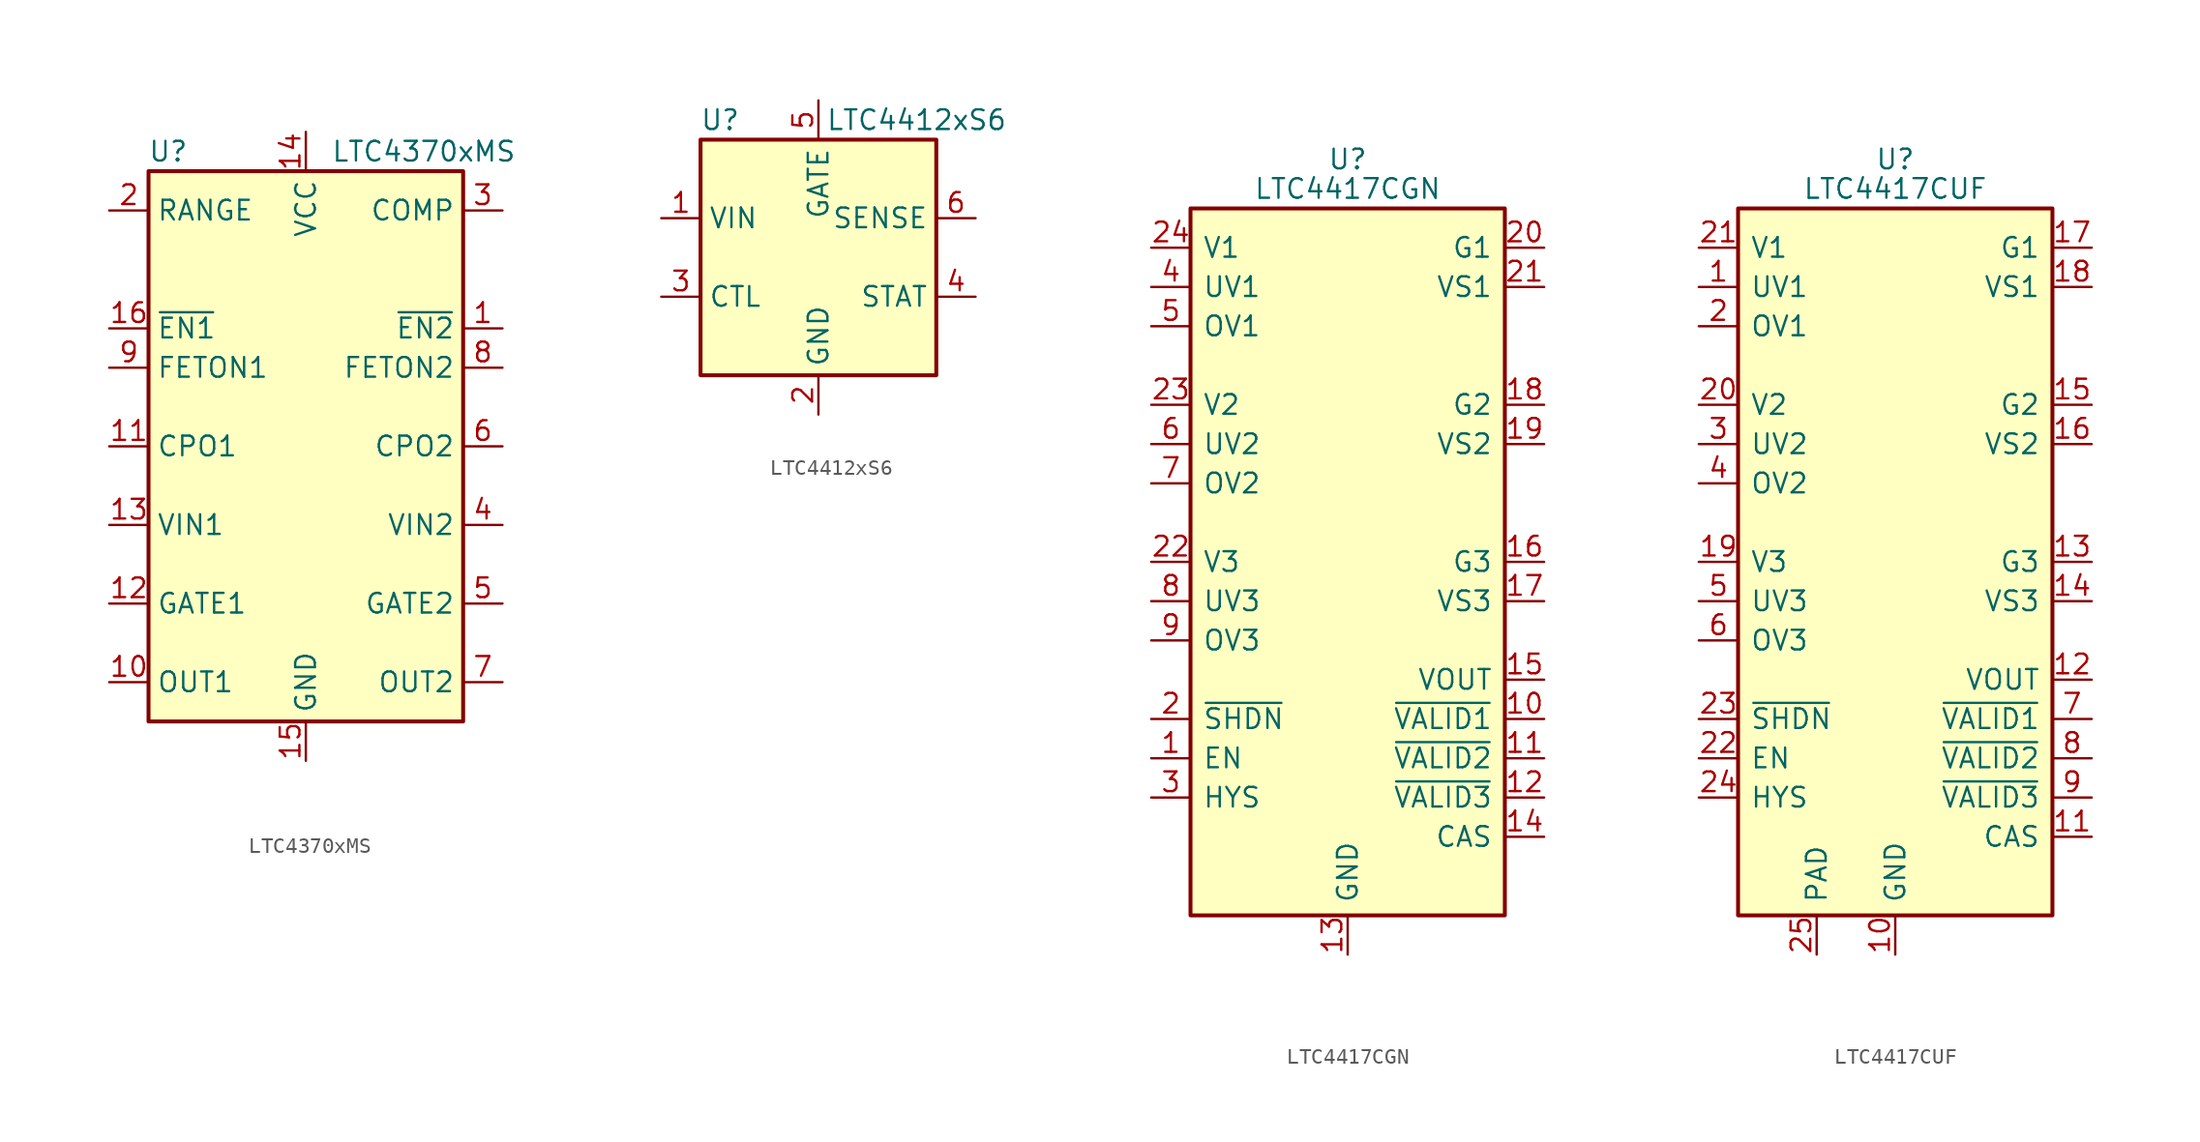
<source format=kicad_sym>
(kicad_symbol_lib
  (version 20231120)
  (generator "kicad_symbol_editor")
  (generator_version "8.0")
  (symbol "LTC4370xMS"
    (property "Reference" "U"
      (at -8.89 19.05 0)
      (effects (font (size 1.27 1.27))))
    (property "Value" "LTC4370xMS"
      (at 7.62 19.05 0)
      (effects (font (size 1.27 1.27))))
    (symbol "LTC4370xMS_1_1"
      (rectangle (start -10.16 17.78) (end 10.16 -17.78) (stroke (width 0.254) (type default)) (fill (type background)))
      (pin input line (at 12.7 7.62 180) (length 2.54) (name "~{EN2}" (effects (font (size 1.27 1.27)))) (number "1" (effects (font (size 1.27 1.27)))))
      (pin input line (at -12.7 -15.24 0) (length 2.54) (name "OUT1" (effects (font (size 1.27 1.27)))) (number "10" (effects (font (size 1.27 1.27)))))
      (pin passive line (at -12.7 0 0) (length 2.54) (name "CPO1" (effects (font (size 1.27 1.27)))) (number "11" (effects (font (size 1.27 1.27)))))
      (pin output line (at -12.7 -10.16 0) (length 2.54) (name "GATE1" (effects (font (size 1.27 1.27)))) (number "12" (effects (font (size 1.27 1.27)))))
      (pin power_in line (at -12.7 -5.08 0) (length 2.54) (name "VIN1" (effects (font (size 1.27 1.27)))) (number "13" (effects (font (size 1.27 1.27)))))
      (pin power_in line (at 0 20.32 270) (length 2.54) (name "VCC" (effects (font (size 1.27 1.27)))) (number "14" (effects (font (size 1.27 1.27)))))
      (pin power_in line (at 0 -20.32 90) (length 2.54) (name "GND" (effects (font (size 1.27 1.27)))) (number "15" (effects (font (size 1.27 1.27)))))
      (pin input line (at -12.7 7.62 0) (length 2.54) (name "~{EN1}" (effects (font (size 1.27 1.27)))) (number "16" (effects (font (size 1.27 1.27)))))
      (pin passive line (at -12.7 15.24 0) (length 2.54) (name "RANGE" (effects (font (size 1.27 1.27)))) (number "2" (effects (font (size 1.27 1.27)))))
      (pin passive line (at 12.7 15.24 180) (length 2.54) (name "COMP" (effects (font (size 1.27 1.27)))) (number "3" (effects (font (size 1.27 1.27)))))
      (pin power_in line (at 12.7 -5.08 180) (length 2.54) (name "VIN2" (effects (font (size 1.27 1.27)))) (number "4" (effects (font (size 1.27 1.27)))))
      (pin output line (at 12.7 -10.16 180) (length 2.54) (name "GATE2" (effects (font (size 1.27 1.27)))) (number "5" (effects (font (size 1.27 1.27)))))
      (pin passive line (at 12.7 0 180) (length 2.54) (name "CPO2" (effects (font (size 1.27 1.27)))) (number "6" (effects (font (size 1.27 1.27)))))
      (pin input line (at 12.7 -15.24 180) (length 2.54) (name "OUT2" (effects (font (size 1.27 1.27)))) (number "7" (effects (font (size 1.27 1.27)))))
      (pin open_collector line (at 12.7 5.08 180) (length 2.54) (name "FETON2" (effects (font (size 1.27 1.27)))) (number "8" (effects (font (size 1.27 1.27)))))
      (pin open_collector line (at -12.7 5.08 0) (length 2.54) (name "FETON1" (effects (font (size 1.27 1.27)))) (number "9" (effects (font (size 1.27 1.27)))))))
  (symbol "LTC4412xS6"
    (property "Reference" "U"
      (at -6.35 8.89 0)
      (effects (font (size 1.27 1.27))))
    (property "Value" "LTC4412xS6"
      (at 6.35 8.89 0)
      (effects (font (size 1.27 1.27))))
    (symbol "LTC4412xS6_0_1"
      (rectangle (start -7.62 7.62) (end 7.62 -7.62) (stroke (width 0.254) (type default)) (fill (type background))))
    (symbol "LTC4412xS6_1_1"
      (pin power_in line (at -10.16 2.54 0) (length 2.54) (name "VIN" (effects (font (size 1.27 1.27)))) (number "1" (effects (font (size 1.27 1.27)))))
      (pin power_in line (at 0 -10.16 90) (length 2.54) (name "GND" (effects (font (size 1.27 1.27)))) (number "2" (effects (font (size 1.27 1.27)))))
      (pin input line (at -10.16 -2.54 0) (length 2.54) (name "CTL" (effects (font (size 1.27 1.27)))) (number "3" (effects (font (size 1.27 1.27)))))
      (pin open_collector line (at 10.16 -2.54 180) (length 2.54) (name "STAT" (effects (font (size 1.27 1.27)))) (number "4" (effects (font (size 1.27 1.27)))))
      (pin output line (at 0 10.16 270) (length 2.54) (name "GATE" (effects (font (size 1.27 1.27)))) (number "5" (effects (font (size 1.27 1.27)))))
      (pin input line (at 10.16 2.54 180) (length 2.54) (name "SENSE" (effects (font (size 1.27 1.27)))) (number "6" (effects (font (size 1.27 1.27)))))))
  (symbol "LTC4417CGN"
    (pin_names
      (offset 0.762))
    (property "Reference" "U"
      (at 0 26.035 0)
      (effects (font (size 1.27 1.27))))
    (property "Value" "LTC4417CGN"
      (at 0 24.13 0)
      (effects (font (size 1.27 1.27))))
    (symbol "LTC4417CGN_0_1"
      (rectangle (start -10.16 22.86) (end 10.16 -22.86) (stroke (width 0.254) (type default)) (fill (type background))))
    (symbol "LTC4417CGN_1_1"
      (pin input line (at -12.7 -12.7 0) (length 2.54) (name "EN" (effects (font (size 1.27 1.27)))) (number "1" (effects (font (size 1.27 1.27)))))
      (pin open_collector line (at 12.7 -10.16 180) (length 2.54) (name "~{VALID1}" (effects (font (size 1.27 1.27)))) (number "10" (effects (font (size 1.27 1.27)))))
      (pin open_collector line (at 12.7 -12.7 180) (length 2.54) (name "~{VALID2}" (effects (font (size 1.27 1.27)))) (number "11" (effects (font (size 1.27 1.27)))))
      (pin open_collector line (at 12.7 -15.24 180) (length 2.54) (name "~{VALID3}" (effects (font (size 1.27 1.27)))) (number "12" (effects (font (size 1.27 1.27)))))
      (pin power_in line (at 0 -25.4 90) (length 2.54) (name "GND" (effects (font (size 1.27 1.27)))) (number "13" (effects (font (size 1.27 1.27)))))
      (pin output line (at 12.7 -17.78 180) (length 2.54) (name "CAS" (effects (font (size 1.27 1.27)))) (number "14" (effects (font (size 1.27 1.27)))))
      (pin output line (at 12.7 -7.62 180) (length 2.54) (name "VOUT" (effects (font (size 1.27 1.27)))) (number "15" (effects (font (size 1.27 1.27)))))
      (pin output line (at 12.7 0 180) (length 2.54) (name "G3" (effects (font (size 1.27 1.27)))) (number "16" (effects (font (size 1.27 1.27)))))
      (pin output line (at 12.7 -2.54 180) (length 2.54) (name "VS3" (effects (font (size 1.27 1.27)))) (number "17" (effects (font (size 1.27 1.27)))))
      (pin output line (at 12.7 10.16 180) (length 2.54) (name "G2" (effects (font (size 1.27 1.27)))) (number "18" (effects (font (size 1.27 1.27)))))
      (pin output line (at 12.7 7.62 180) (length 2.54) (name "VS2" (effects (font (size 1.27 1.27)))) (number "19" (effects (font (size 1.27 1.27)))))
      (pin input line (at -12.7 -10.16 0) (length 2.54) (name "~{SHDN}" (effects (font (size 1.27 1.27)))) (number "2" (effects (font (size 1.27 1.27)))))
      (pin output line (at 12.7 20.32 180) (length 2.54) (name "G1" (effects (font (size 1.27 1.27)))) (number "20" (effects (font (size 1.27 1.27)))))
      (pin output line (at 12.7 17.78 180) (length 2.54) (name "VS1" (effects (font (size 1.27 1.27)))) (number "21" (effects (font (size 1.27 1.27)))))
      (pin input line (at -12.7 0 0) (length 2.54) (name "V3" (effects (font (size 1.27 1.27)))) (number "22" (effects (font (size 1.27 1.27)))))
      (pin input line (at -12.7 10.16 0) (length 2.54) (name "V2" (effects (font (size 1.27 1.27)))) (number "23" (effects (font (size 1.27 1.27)))))
      (pin input line (at -12.7 20.32 0) (length 2.54) (name "V1" (effects (font (size 1.27 1.27)))) (number "24" (effects (font (size 1.27 1.27)))))
      (pin input line (at -12.7 -15.24 0) (length 2.54) (name "HYS" (effects (font (size 1.27 1.27)))) (number "3" (effects (font (size 1.27 1.27)))))
      (pin input line (at -12.7 17.78 0) (length 2.54) (name "UV1" (effects (font (size 1.27 1.27)))) (number "4" (effects (font (size 1.27 1.27)))))
      (pin input line (at -12.7 15.24 0) (length 2.54) (name "OV1" (effects (font (size 1.27 1.27)))) (number "5" (effects (font (size 1.27 1.27)))))
      (pin input line (at -12.7 7.62 0) (length 2.54) (name "UV2" (effects (font (size 1.27 1.27)))) (number "6" (effects (font (size 1.27 1.27)))))
      (pin input line (at -12.7 5.08 0) (length 2.54) (name "OV2" (effects (font (size 1.27 1.27)))) (number "7" (effects (font (size 1.27 1.27)))))
      (pin input line (at -12.7 -2.54 0) (length 2.54) (name "UV3" (effects (font (size 1.27 1.27)))) (number "8" (effects (font (size 1.27 1.27)))))
      (pin input line (at -12.7 -5.08 0) (length 2.54) (name "OV3" (effects (font (size 1.27 1.27)))) (number "9" (effects (font (size 1.27 1.27)))))))
  (symbol "LTC4417CUF"
    (pin_names
      (offset 0.762))
    (property "Reference" "U"
      (at 0 26.035 0)
      (effects (font (size 1.27 1.27))))
    (property "Value" "LTC4417CUF"
      (at 0 24.13 0)
      (effects (font (size 1.27 1.27))))
    (symbol "LTC4417CUF_0_1"
      (rectangle (start -10.16 22.86) (end 10.16 -22.86) (stroke (width 0.254) (type default)) (fill (type background))))
    (symbol "LTC4417CUF_1_1"
      (pin input line (at -12.7 17.78 0) (length 2.54) (name "UV1" (effects (font (size 1.27 1.27)))) (number "1" (effects (font (size 1.27 1.27)))))
      (pin power_in line (at 0 -25.4 90) (length 2.54) (name "GND" (effects (font (size 1.27 1.27)))) (number "10" (effects (font (size 1.27 1.27)))))
      (pin output line (at 12.7 -17.78 180) (length 2.54) (name "CAS" (effects (font (size 1.27 1.27)))) (number "11" (effects (font (size 1.27 1.27)))))
      (pin output line (at 12.7 -7.62 180) (length 2.54) (name "VOUT" (effects (font (size 1.27 1.27)))) (number "12" (effects (font (size 1.27 1.27)))))
      (pin output line (at 12.7 0 180) (length 2.54) (name "G3" (effects (font (size 1.27 1.27)))) (number "13" (effects (font (size 1.27 1.27)))))
      (pin output line (at 12.7 -2.54 180) (length 2.54) (name "VS3" (effects (font (size 1.27 1.27)))) (number "14" (effects (font (size 1.27 1.27)))))
      (pin output line (at 12.7 10.16 180) (length 2.54) (name "G2" (effects (font (size 1.27 1.27)))) (number "15" (effects (font (size 1.27 1.27)))))
      (pin output line (at 12.7 7.62 180) (length 2.54) (name "VS2" (effects (font (size 1.27 1.27)))) (number "16" (effects (font (size 1.27 1.27)))))
      (pin output line (at 12.7 20.32 180) (length 2.54) (name "G1" (effects (font (size 1.27 1.27)))) (number "17" (effects (font (size 1.27 1.27)))))
      (pin output line (at 12.7 17.78 180) (length 2.54) (name "VS1" (effects (font (size 1.27 1.27)))) (number "18" (effects (font (size 1.27 1.27)))))
      (pin input line (at -12.7 0 0) (length 2.54) (name "V3" (effects (font (size 1.27 1.27)))) (number "19" (effects (font (size 1.27 1.27)))))
      (pin input line (at -12.7 15.24 0) (length 2.54) (name "OV1" (effects (font (size 1.27 1.27)))) (number "2" (effects (font (size 1.27 1.27)))))
      (pin input line (at -12.7 10.16 0) (length 2.54) (name "V2" (effects (font (size 1.27 1.27)))) (number "20" (effects (font (size 1.27 1.27)))))
      (pin input line (at -12.7 20.32 0) (length 2.54) (name "V1" (effects (font (size 1.27 1.27)))) (number "21" (effects (font (size 1.27 1.27)))))
      (pin input line (at -12.7 -12.7 0) (length 2.54) (name "EN" (effects (font (size 1.27 1.27)))) (number "22" (effects (font (size 1.27 1.27)))))
      (pin input line (at -12.7 -10.16 0) (length 2.54) (name "~{SHDN}" (effects (font (size 1.27 1.27)))) (number "23" (effects (font (size 1.27 1.27)))))
      (pin input line (at -12.7 -15.24 0) (length 2.54) (name "HYS" (effects (font (size 1.27 1.27)))) (number "24" (effects (font (size 1.27 1.27)))))
      (pin power_in line (at -5.08 -25.4 90) (length 2.54) (name "PAD" (effects (font (size 1.27 1.27)))) (number "25" (effects (font (size 1.27 1.27)))))
      (pin input line (at -12.7 7.62 0) (length 2.54) (name "UV2" (effects (font (size 1.27 1.27)))) (number "3" (effects (font (size 1.27 1.27)))))
      (pin input line (at -12.7 5.08 0) (length 2.54) (name "OV2" (effects (font (size 1.27 1.27)))) (number "4" (effects (font (size 1.27 1.27)))))
      (pin input line (at -12.7 -2.54 0) (length 2.54) (name "UV3" (effects (font (size 1.27 1.27)))) (number "5" (effects (font (size 1.27 1.27)))))
      (pin input line (at -12.7 -5.08 0) (length 2.54) (name "OV3" (effects (font (size 1.27 1.27)))) (number "6" (effects (font (size 1.27 1.27)))))
      (pin open_collector line (at 12.7 -10.16 180) (length 2.54) (name "~{VALID1}" (effects (font (size 1.27 1.27)))) (number "7" (effects (font (size 1.27 1.27)))))
      (pin open_collector line (at 12.7 -12.7 180) (length 2.54) (name "~{VALID2}" (effects (font (size 1.27 1.27)))) (number "8" (effects (font (size 1.27 1.27)))))
      (pin open_collector line (at 12.7 -15.24 180) (length 2.54) (name "~{VALID3}" (effects (font (size 1.27 1.27)))) (number "9" (effects (font (size 1.27 1.27))))))))
</source>
